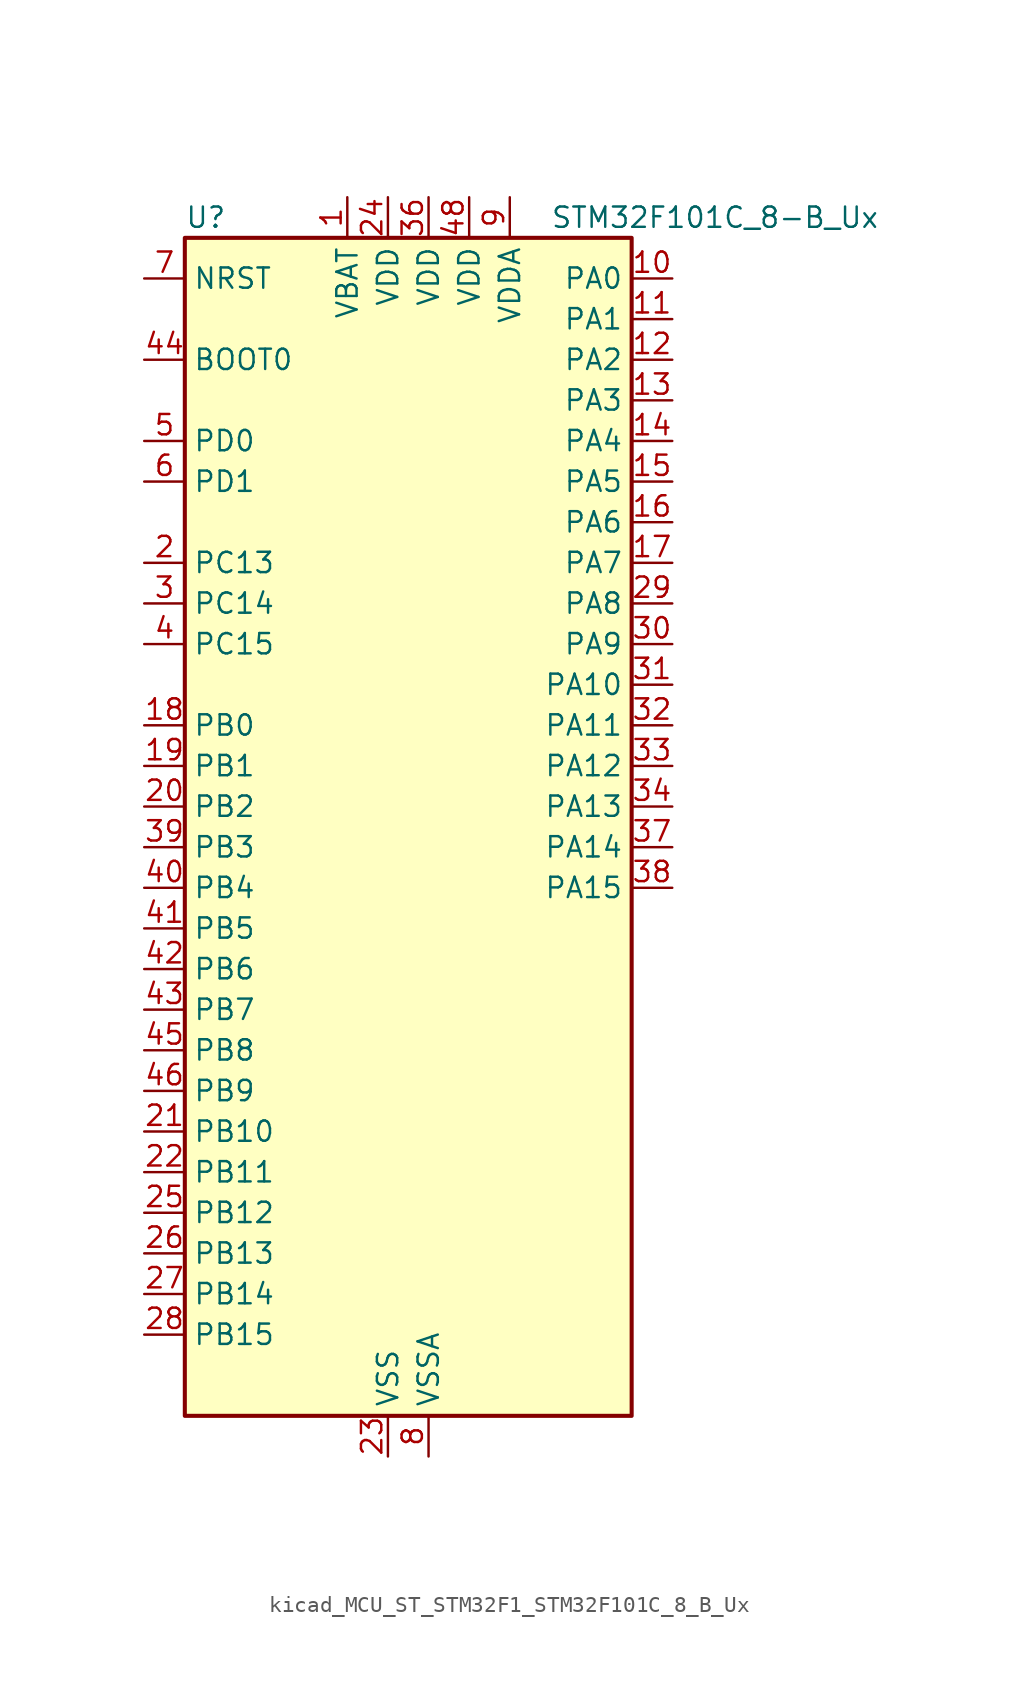
<source format=kicad_sym>
(kicad_symbol_lib
  (version 20220914)
  (generator kicad_symbol_editor)
  (symbol "kicad_MCU_ST_STM32F1_STM32F101C_8_B_Ux"
    (property "Reference" "U"
      (at -12.7 39.37 0)
      (effects (font (size 1.27 1.27)) (justify left)))
    (property "Value" "STM32F101C_8-B_Ux"
      (at 10.16 39.37 0)
      (effects (font (size 1.27 1.27)) (justify left)))
    (property "ki_locked" ""
      (at 0 0 0)
      (effects (font (size 1.27 1.27))))
    (symbol "kicad_MCU_ST_STM32F1_STM32F101C_8_B_Ux_0_1"
      (rectangle (start -12.7 -35.56) (end 15.24 38.1) (stroke (width 0.254) (type default)) (fill (type background))))
    (symbol "kicad_MCU_ST_STM32F1_STM32F101C_8_B_Ux_1_1"
      (pin power_in line (at -2.54 40.64 270) (length 2.54) (name "VBAT" (effects (font (size 1.27 1.27)))) (number "1" (effects (font (size 1.27 1.27)))))
      (pin bidirectional line (at 17.78 35.56 180) (length 2.54) (name "PA0" (effects (font (size 1.27 1.27)))) (number "10" (effects (font (size 1.27 1.27)))) (alternate "ADC1_IN0" bidirectional line) (alternate "SYS_WKUP" bidirectional line) (alternate "TIM2_CH1" bidirectional line) (alternate "TIM2_ETR" bidirectional line) (alternate "USART2_CTS" bidirectional line))
      (pin bidirectional line (at 17.78 33.02 180) (length 2.54) (name "PA1" (effects (font (size 1.27 1.27)))) (number "11" (effects (font (size 1.27 1.27)))) (alternate "ADC1_IN1" bidirectional line) (alternate "TIM2_CH2" bidirectional line) (alternate "USART2_RTS" bidirectional line))
      (pin bidirectional line (at 17.78 30.48 180) (length 2.54) (name "PA2" (effects (font (size 1.27 1.27)))) (number "12" (effects (font (size 1.27 1.27)))) (alternate "ADC1_IN2" bidirectional line) (alternate "TIM2_CH3" bidirectional line) (alternate "USART2_TX" bidirectional line))
      (pin bidirectional line (at 17.78 27.94 180) (length 2.54) (name "PA3" (effects (font (size 1.27 1.27)))) (number "13" (effects (font (size 1.27 1.27)))) (alternate "ADC1_IN3" bidirectional line) (alternate "TIM2_CH4" bidirectional line) (alternate "USART2_RX" bidirectional line))
      (pin bidirectional line (at 17.78 25.4 180) (length 2.54) (name "PA4" (effects (font (size 1.27 1.27)))) (number "14" (effects (font (size 1.27 1.27)))) (alternate "ADC1_IN4" bidirectional line) (alternate "SPI1_NSS" bidirectional line) (alternate "USART2_CK" bidirectional line))
      (pin bidirectional line (at 17.78 22.86 180) (length 2.54) (name "PA5" (effects (font (size 1.27 1.27)))) (number "15" (effects (font (size 1.27 1.27)))) (alternate "ADC1_IN5" bidirectional line) (alternate "SPI1_SCK" bidirectional line))
      (pin bidirectional line (at 17.78 20.32 180) (length 2.54) (name "PA6" (effects (font (size 1.27 1.27)))) (number "16" (effects (font (size 1.27 1.27)))) (alternate "ADC1_IN6" bidirectional line) (alternate "SPI1_MISO" bidirectional line) (alternate "TIM3_CH1" bidirectional line))
      (pin bidirectional line (at 17.78 17.78 180) (length 2.54) (name "PA7" (effects (font (size 1.27 1.27)))) (number "17" (effects (font (size 1.27 1.27)))) (alternate "ADC1_IN7" bidirectional line) (alternate "SPI1_MOSI" bidirectional line) (alternate "TIM3_CH2" bidirectional line))
      (pin bidirectional line (at -15.24 7.62 0) (length 2.54) (name "PB0" (effects (font (size 1.27 1.27)))) (number "18" (effects (font (size 1.27 1.27)))) (alternate "ADC1_IN8" bidirectional line) (alternate "TIM3_CH3" bidirectional line))
      (pin bidirectional line (at -15.24 5.08 0) (length 2.54) (name "PB1" (effects (font (size 1.27 1.27)))) (number "19" (effects (font (size 1.27 1.27)))) (alternate "ADC1_IN9" bidirectional line) (alternate "TIM3_CH4" bidirectional line))
      (pin bidirectional line (at -15.24 17.78 0) (length 2.54) (name "PC13" (effects (font (size 1.27 1.27)))) (number "2" (effects (font (size 1.27 1.27)))) (alternate "RTC_OUT" bidirectional line) (alternate "RTC_TAMPER" bidirectional line))
      (pin bidirectional line (at -15.24 2.54 0) (length 2.54) (name "PB2" (effects (font (size 1.27 1.27)))) (number "20" (effects (font (size 1.27 1.27)))))
      (pin bidirectional line (at -15.24 -17.78 0) (length 2.54) (name "PB10" (effects (font (size 1.27 1.27)))) (number "21" (effects (font (size 1.27 1.27)))) (alternate "I2C2_SCL" bidirectional line) (alternate "TIM2_CH3" bidirectional line) (alternate "USART3_TX" bidirectional line))
      (pin bidirectional line (at -15.24 -20.32 0) (length 2.54) (name "PB11" (effects (font (size 1.27 1.27)))) (number "22" (effects (font (size 1.27 1.27)))) (alternate "ADC1_EXTI11" bidirectional line) (alternate "I2C2_SDA" bidirectional line) (alternate "TIM2_CH4" bidirectional line) (alternate "USART3_RX" bidirectional line))
      (pin power_in line (at 0 -38.1 90) (length 2.54) (name "VSS" (effects (font (size 1.27 1.27)))) (number "23" (effects (font (size 1.27 1.27)))))
      (pin power_in line (at 0 40.64 270) (length 2.54) (name "VDD" (effects (font (size 1.27 1.27)))) (number "24" (effects (font (size 1.27 1.27)))))
      (pin bidirectional line (at -15.24 -22.86 0) (length 2.54) (name "PB12" (effects (font (size 1.27 1.27)))) (number "25" (effects (font (size 1.27 1.27)))) (alternate "I2C2_SMBA" bidirectional line) (alternate "SPI2_NSS" bidirectional line) (alternate "USART3_CK" bidirectional line))
      (pin bidirectional line (at -15.24 -25.4 0) (length 2.54) (name "PB13" (effects (font (size 1.27 1.27)))) (number "26" (effects (font (size 1.27 1.27)))) (alternate "SPI2_SCK" bidirectional line) (alternate "USART3_CTS" bidirectional line))
      (pin bidirectional line (at -15.24 -27.94 0) (length 2.54) (name "PB14" (effects (font (size 1.27 1.27)))) (number "27" (effects (font (size 1.27 1.27)))) (alternate "SPI2_MISO" bidirectional line) (alternate "USART3_RTS" bidirectional line))
      (pin bidirectional line (at -15.24 -30.48 0) (length 2.54) (name "PB15" (effects (font (size 1.27 1.27)))) (number "28" (effects (font (size 1.27 1.27)))) (alternate "ADC1_EXTI15" bidirectional line) (alternate "SPI2_MOSI" bidirectional line))
      (pin bidirectional line (at 17.78 15.24 180) (length 2.54) (name "PA8" (effects (font (size 1.27 1.27)))) (number "29" (effects (font (size 1.27 1.27)))) (alternate "RCC_MCO" bidirectional line) (alternate "USART1_CK" bidirectional line))
      (pin bidirectional line (at -15.24 15.24 0) (length 2.54) (name "PC14" (effects (font (size 1.27 1.27)))) (number "3" (effects (font (size 1.27 1.27)))) (alternate "RCC_OSC32_IN" bidirectional line))
      (pin bidirectional line (at 17.78 12.7 180) (length 2.54) (name "PA9" (effects (font (size 1.27 1.27)))) (number "30" (effects (font (size 1.27 1.27)))) (alternate "USART1_TX" bidirectional line))
      (pin bidirectional line (at 17.78 10.16 180) (length 2.54) (name "PA10" (effects (font (size 1.27 1.27)))) (number "31" (effects (font (size 1.27 1.27)))) (alternate "USART1_RX" bidirectional line))
      (pin bidirectional line (at 17.78 7.62 180) (length 2.54) (name "PA11" (effects (font (size 1.27 1.27)))) (number "32" (effects (font (size 1.27 1.27)))) (alternate "ADC1_EXTI11" bidirectional line) (alternate "USART1_CTS" bidirectional line))
      (pin bidirectional line (at 17.78 5.08 180) (length 2.54) (name "PA12" (effects (font (size 1.27 1.27)))) (number "33" (effects (font (size 1.27 1.27)))) (alternate "USART1_RTS" bidirectional line))
      (pin bidirectional line (at 17.78 2.54 180) (length 2.54) (name "PA13" (effects (font (size 1.27 1.27)))) (number "34" (effects (font (size 1.27 1.27)))) (alternate "SYS_JTMS-SWDIO" bidirectional line))
      (pin passive line (at 0 -38.1 90) (length 2.54) hide (name "VSS" (effects (font (size 1.27 1.27)))) (number "35" (effects (font (size 1.27 1.27)))))
      (pin power_in line (at 2.54 40.64 270) (length 2.54) (name "VDD" (effects (font (size 1.27 1.27)))) (number "36" (effects (font (size 1.27 1.27)))))
      (pin bidirectional line (at 17.78 0 180) (length 2.54) (name "PA14" (effects (font (size 1.27 1.27)))) (number "37" (effects (font (size 1.27 1.27)))) (alternate "SYS_JTCK-SWCLK" bidirectional line))
      (pin bidirectional line (at 17.78 -2.54 180) (length 2.54) (name "PA15" (effects (font (size 1.27 1.27)))) (number "38" (effects (font (size 1.27 1.27)))) (alternate "ADC1_EXTI15" bidirectional line) (alternate "SPI1_NSS" bidirectional line) (alternate "SYS_JTDI" bidirectional line) (alternate "TIM2_CH1" bidirectional line) (alternate "TIM2_ETR" bidirectional line))
      (pin bidirectional line (at -15.24 0 0) (length 2.54) (name "PB3" (effects (font (size 1.27 1.27)))) (number "39" (effects (font (size 1.27 1.27)))) (alternate "SPI1_SCK" bidirectional line) (alternate "SYS_JTDO-TRACESWO" bidirectional line) (alternate "TIM2_CH2" bidirectional line))
      (pin bidirectional line (at -15.24 12.7 0) (length 2.54) (name "PC15" (effects (font (size 1.27 1.27)))) (number "4" (effects (font (size 1.27 1.27)))) (alternate "ADC1_EXTI15" bidirectional line) (alternate "RCC_OSC32_OUT" bidirectional line))
      (pin bidirectional line (at -15.24 -2.54 0) (length 2.54) (name "PB4" (effects (font (size 1.27 1.27)))) (number "40" (effects (font (size 1.27 1.27)))) (alternate "SPI1_MISO" bidirectional line) (alternate "SYS_NJTRST" bidirectional line) (alternate "TIM3_CH1" bidirectional line))
      (pin bidirectional line (at -15.24 -5.08 0) (length 2.54) (name "PB5" (effects (font (size 1.27 1.27)))) (number "41" (effects (font (size 1.27 1.27)))) (alternate "I2C1_SMBA" bidirectional line) (alternate "SPI1_MOSI" bidirectional line) (alternate "TIM3_CH2" bidirectional line))
      (pin bidirectional line (at -15.24 -7.62 0) (length 2.54) (name "PB6" (effects (font (size 1.27 1.27)))) (number "42" (effects (font (size 1.27 1.27)))) (alternate "I2C1_SCL" bidirectional line) (alternate "TIM4_CH1" bidirectional line) (alternate "USART1_TX" bidirectional line))
      (pin bidirectional line (at -15.24 -10.16 0) (length 2.54) (name "PB7" (effects (font (size 1.27 1.27)))) (number "43" (effects (font (size 1.27 1.27)))) (alternate "I2C1_SDA" bidirectional line) (alternate "TIM4_CH2" bidirectional line) (alternate "USART1_RX" bidirectional line))
      (pin input line (at -15.24 30.48 0) (length 2.54) (name "BOOT0" (effects (font (size 1.27 1.27)))) (number "44" (effects (font (size 1.27 1.27)))))
      (pin bidirectional line (at -15.24 -12.7 0) (length 2.54) (name "PB8" (effects (font (size 1.27 1.27)))) (number "45" (effects (font (size 1.27 1.27)))) (alternate "I2C1_SCL" bidirectional line) (alternate "TIM4_CH3" bidirectional line))
      (pin bidirectional line (at -15.24 -15.24 0) (length 2.54) (name "PB9" (effects (font (size 1.27 1.27)))) (number "46" (effects (font (size 1.27 1.27)))) (alternate "I2C1_SDA" bidirectional line) (alternate "TIM4_CH4" bidirectional line))
      (pin passive line (at 0 -38.1 90) (length 2.54) hide (name "VSS" (effects (font (size 1.27 1.27)))) (number "47" (effects (font (size 1.27 1.27)))))
      (pin power_in line (at 5.08 40.64 270) (length 2.54) (name "VDD" (effects (font (size 1.27 1.27)))) (number "48" (effects (font (size 1.27 1.27)))))
      (pin passive line (at 0 -38.1 90) (length 2.54) hide (name "VSS" (effects (font (size 1.27 1.27)))) (number "49" (effects (font (size 1.27 1.27)))))
      (pin bidirectional line (at -15.24 25.4 0) (length 2.54) (name "PD0" (effects (font (size 1.27 1.27)))) (number "5" (effects (font (size 1.27 1.27)))) (alternate "RCC_OSC_IN" bidirectional line))
      (pin bidirectional line (at -15.24 22.86 0) (length 2.54) (name "PD1" (effects (font (size 1.27 1.27)))) (number "6" (effects (font (size 1.27 1.27)))) (alternate "RCC_OSC_OUT" bidirectional line))
      (pin input line (at -15.24 35.56 0) (length 2.54) (name "NRST" (effects (font (size 1.27 1.27)))) (number "7" (effects (font (size 1.27 1.27)))))
      (pin power_in line (at 2.54 -38.1 90) (length 2.54) (name "VSSA" (effects (font (size 1.27 1.27)))) (number "8" (effects (font (size 1.27 1.27)))))
      (pin power_in line (at 7.62 40.64 270) (length 2.54) (name "VDDA" (effects (font (size 1.27 1.27)))) (number "9" (effects (font (size 1.27 1.27))))))))
</source>
